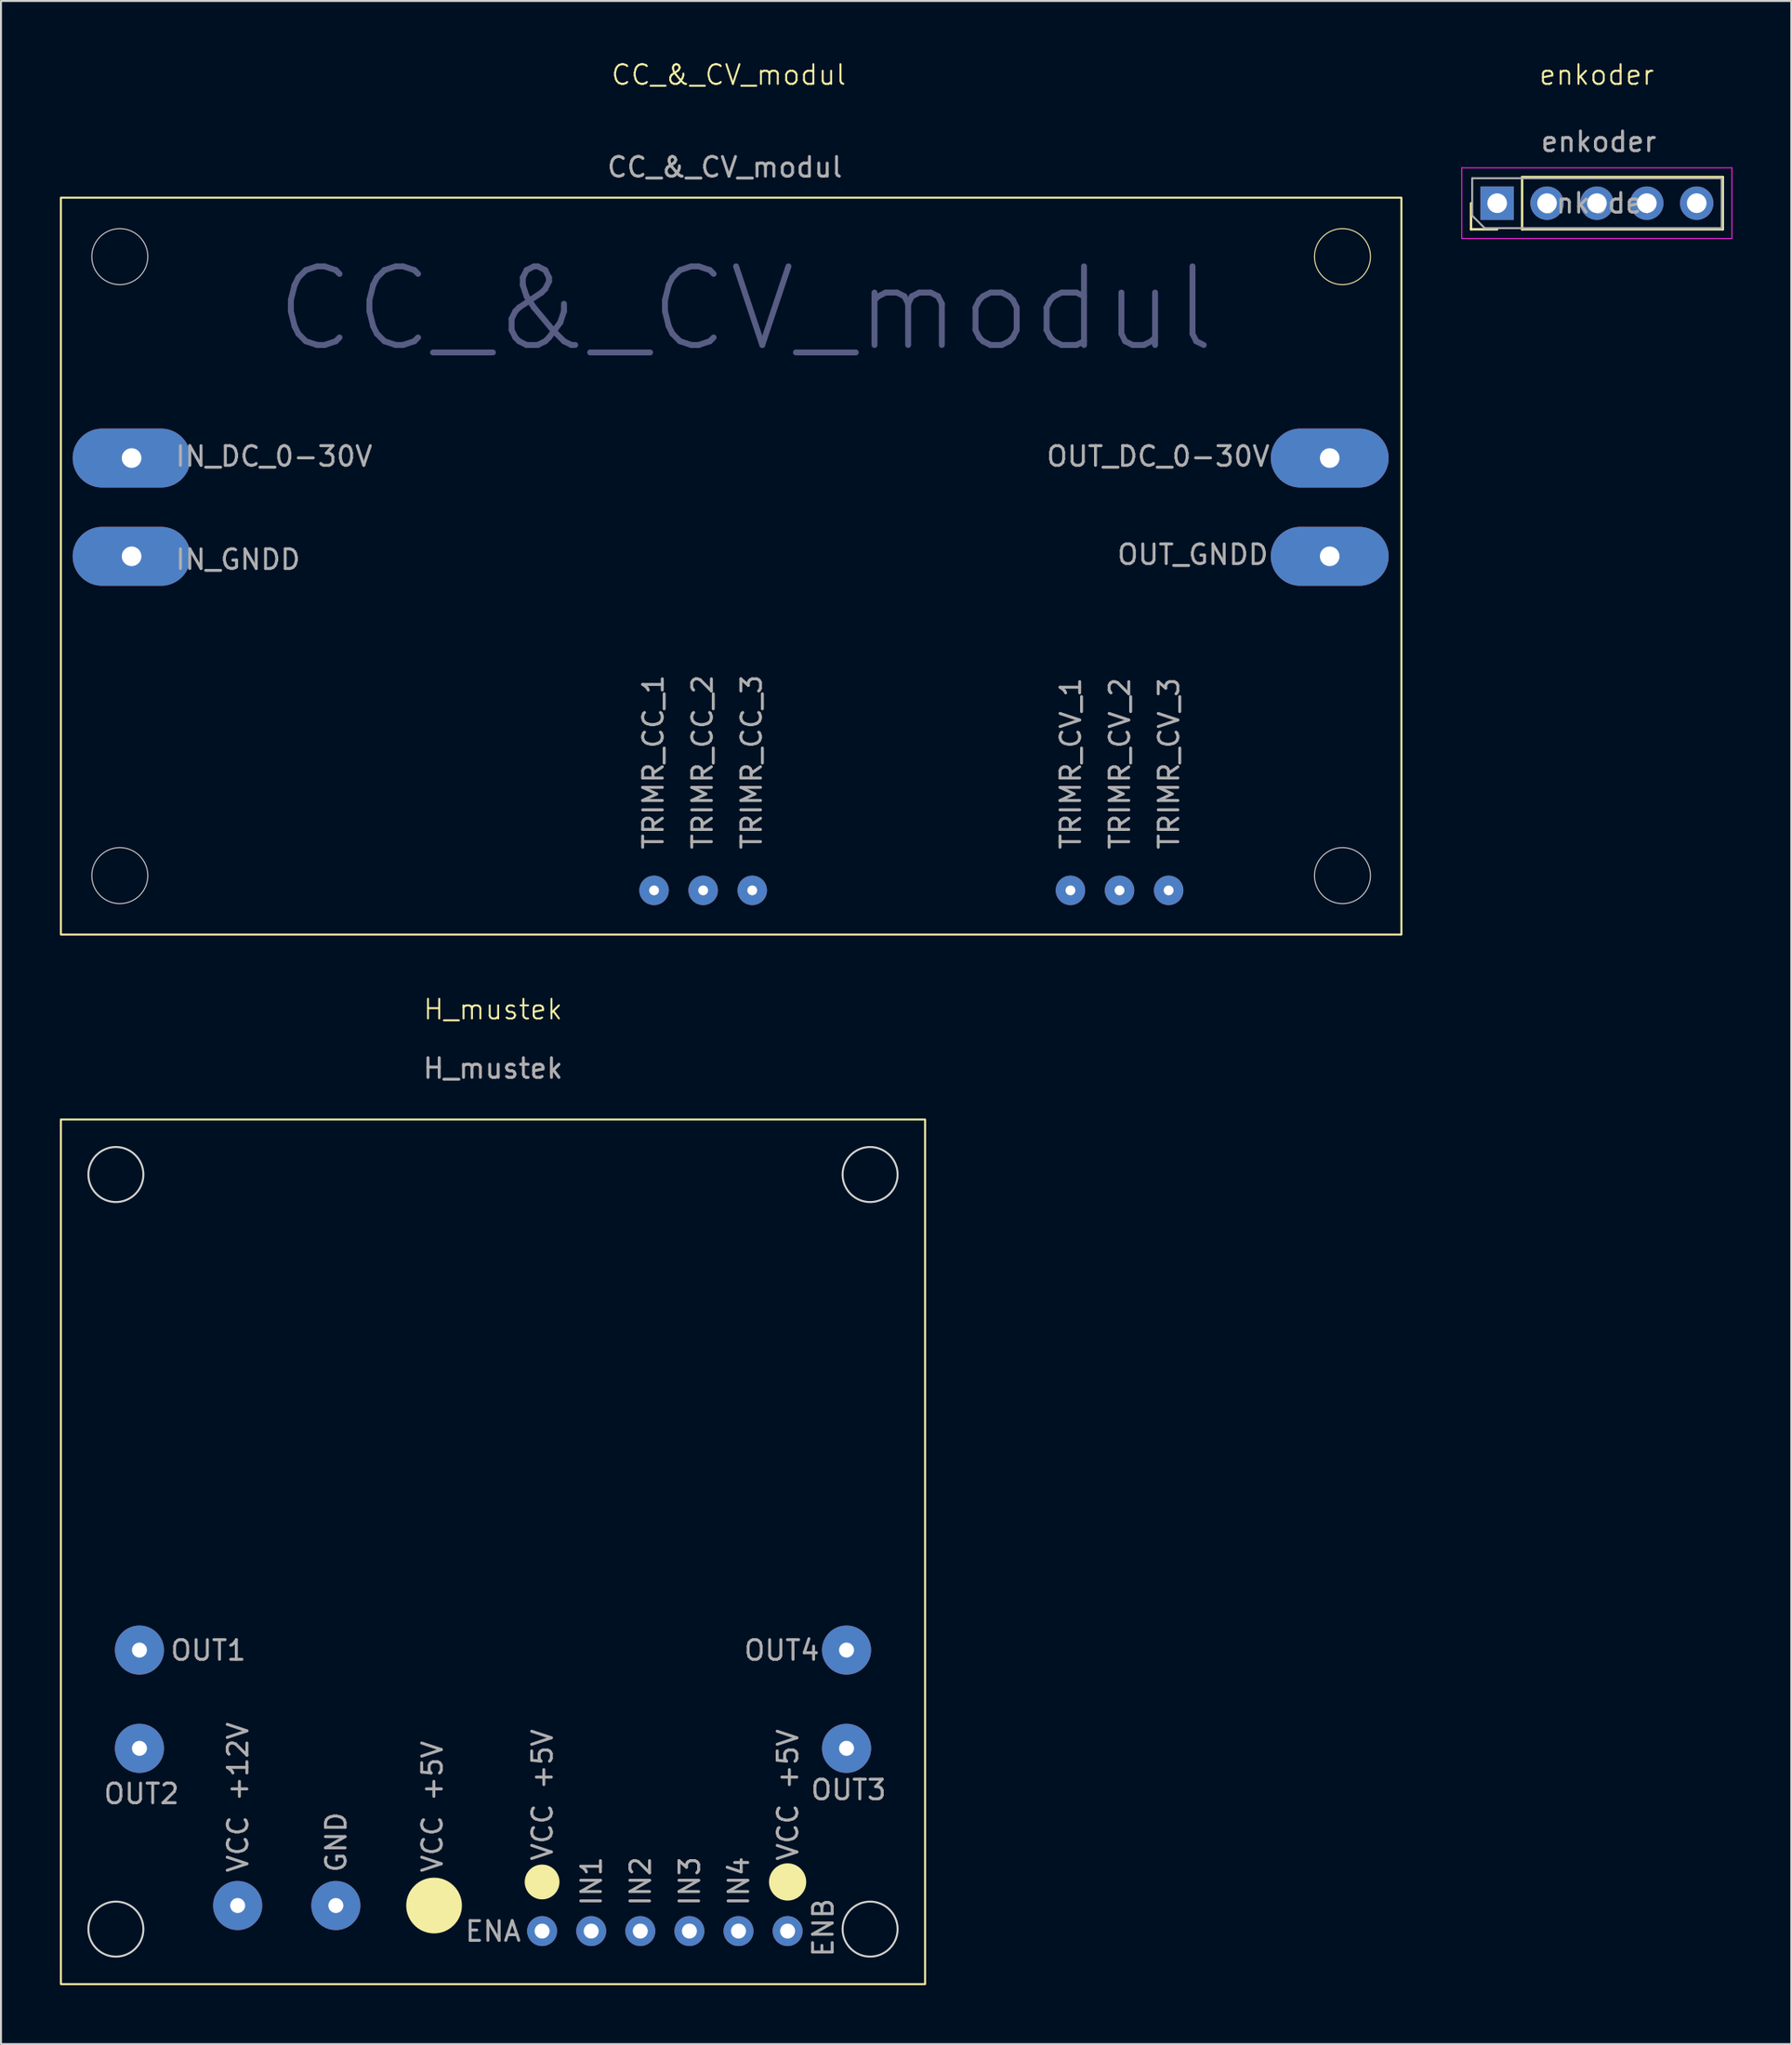
<source format=kicad_pcb>
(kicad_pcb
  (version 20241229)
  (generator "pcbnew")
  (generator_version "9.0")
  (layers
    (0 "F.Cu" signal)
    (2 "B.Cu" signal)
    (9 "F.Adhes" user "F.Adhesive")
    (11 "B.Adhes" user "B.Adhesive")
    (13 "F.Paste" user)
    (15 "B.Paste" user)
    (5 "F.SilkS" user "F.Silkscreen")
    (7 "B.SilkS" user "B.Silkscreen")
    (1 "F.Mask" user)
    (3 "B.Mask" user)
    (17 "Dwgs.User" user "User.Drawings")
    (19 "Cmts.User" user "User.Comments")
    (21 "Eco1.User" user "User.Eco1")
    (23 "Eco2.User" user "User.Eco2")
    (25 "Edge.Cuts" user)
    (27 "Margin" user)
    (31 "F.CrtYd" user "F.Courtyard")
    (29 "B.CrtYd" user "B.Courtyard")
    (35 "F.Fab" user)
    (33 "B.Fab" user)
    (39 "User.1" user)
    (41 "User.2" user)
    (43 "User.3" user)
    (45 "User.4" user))
  (footprint "H_mustek"
    (layer "F.Cu")
    (at 22.05 48.821)
    (property "Reference" "H_mustek" (at 0 -0.5 0) (unlocked yes) (layer "F.SilkS") (effects (font (size 1 1) (thickness 0.1))))
    (attr through_hole)
    (fp_rect (start -22 5.1) (end 22 49.1) (stroke (width 0.1) (type default)) (fill no) (layer "F.SilkS"))
    (fp_circle (center -3 45.1) (end -1.607 45.1) (stroke (width 0.05) (type solid)) (fill yes) (layer "F.SilkS"))
    (fp_circle (center 2.5 43.9) (end 3.36 43.9) (stroke (width 0.05) (type solid)) (fill yes) (layer "F.SilkS"))
    (fp_circle (center 15 43.9) (end 15.922 43.9) (stroke (width 0.05) (type solid)) (fill yes) (layer "F.SilkS"))
    (fp_circle (center -19.2 7.9) (end -17.8 7.9) (stroke (width 0.1) (type default)) (fill no) (layer "Edge.Cuts"))
    (fp_circle (center -19.2 46.3) (end -19.2 44.9) (stroke (width 0.1) (type default)) (fill no) (layer "Edge.Cuts"))
    (fp_circle (center 19.2 7.9) (end 19.2 9.3) (stroke (width 0.1) (type default)) (fill no) (layer "Edge.Cuts"))
    (fp_circle (center 19.2 46.3) (end 17.8 46.3) (stroke (width 0.1) (type default)) (fill no) (layer "Edge.Cuts"))
    (fp_text user "VCC +5V" (at 15.6 42.9 90) (unlocked yes) (layer "F.Fab") (effects (font (size 1 1) (thickness 0.15)) (justify left bottom)))
    (fp_text user "VCC +5V" (at -2.5 43.5 90) (unlocked yes) (layer "F.Fab") (effects (font (size 1 1) (thickness 0.15)) (justify left bottom)))
    (fp_text user "ENB" (at 17.4 47.8 90) (unlocked yes) (layer "F.Fab") (effects (font (size 1 1) (thickness 0.15)) (justify left bottom)))
    (fp_text user "VCC +12V" (at -12.4 43.5 90) (unlocked yes) (layer "F.Fab") (effects (font (size 1 1) (thickness 0.15)) (justify left bottom)))
    (fp_text user "VCC +5V" (at 3.1 42.9 90) (unlocked yes) (layer "F.Fab") (effects (font (size 1 1) (thickness 0.15)) (justify left bottom)))
    (fp_text user "IN1" (at 5.6 45.2 90) (unlocked yes) (layer "F.Fab") (effects (font (size 1 1) (thickness 0.15)) (justify left bottom)))
    (fp_text user "OUT3" (at 16.1 39.8 0) (unlocked yes) (layer "F.Fab") (effects (font (size 1 1) (thickness 0.15)) (justify left bottom)))
    (fp_text user "${REFERENCE}" (at 0 2.5 0) (unlocked yes) (layer "F.Fab") (effects (font (size 1 1) (thickness 0.15))))
    (fp_text user "IN2" (at 8.1 45.2 90) (unlocked yes) (layer "F.Fab") (effects (font (size 1 1) (thickness 0.15)) (justify left bottom)))
    (fp_text user "GND" (at -7.4 43.5 90) (unlocked yes) (layer "F.Fab") (effects (font (size 1 1) (thickness 0.15)) (justify left bottom)))
    (fp_text user "OUT1" (at -16.5 32.7 0) (unlocked yes) (layer "F.Fab") (effects (font (size 1 1) (thickness 0.15)) (justify left bottom)))
    (fp_text user "OUT2" (at -19.9 40 0) (unlocked yes) (layer "F.Fab") (effects (font (size 1 1) (thickness 0.15)) (justify left bottom)))
    (fp_text user "OUT4" (at 12.7 32.7 0) (unlocked yes) (layer "F.Fab") (effects (font (size 1 1) (thickness 0.15)) (justify left bottom)))
    (fp_text user "IN4" (at 13.1 45.2 90) (unlocked yes) (layer "F.Fab") (effects (font (size 1 1) (thickness 0.15)) (justify left bottom)))
    (fp_text user "IN3" (at 10.6 45.2 90) (unlocked yes) (layer "F.Fab") (effects (font (size 1 1) (thickness 0.15)) (justify left bottom)))
    (fp_text user "ENA" (at -1.5 47 0) (unlocked yes) (layer "F.Fab") (effects (font (size 1 1) (thickness 0.15)) (justify left bottom)))
    (pad "1" thru_hole circle (at -18 32.1 90) (size 2.5 2.5) (drill 0.762) (layers "*.Cu" "*.Mask"))
    (pad "2" thru_hole circle (at -18 37.1 90) (size 2.5 2.5) (drill 0.762) (layers "*.Cu" "*.Mask"))
    (pad "3" thru_hole circle (at 18 37.1 270) (size 2.5 2.5) (drill 0.762) (layers "*.Cu" "*.Mask"))
    (pad "4" thru_hole circle (at 18 32.1 270) (size 2.5 2.5) (drill 0.762) (layers "*.Cu" "*.Mask"))
    (pad "5" thru_hole circle (at -13 45.1) (size 2.5 2.5) (drill 0.762) (layers "*.Cu" "*.Mask"))
    (pad "6" thru_hole circle (at -8 45.1) (size 2.5 2.5) (drill 0.762) (layers "*.Cu" "*.Mask"))
    (pad "7" thru_hole circle (at 2.5 46.4) (size 1.524 1.524) (drill 0.762) (layers "*.Cu" "*.Mask"))
    (pad "8" thru_hole circle (at 15 46.4) (size 1.524 1.524) (drill 0.762) (layers "*.Cu" "*.Mask"))
    (pad "9" thru_hole circle (at 5 46.4) (size 1.524 1.524) (drill 0.762) (layers "*.Cu" "*.Mask"))
    (pad "10" thru_hole circle (at 7.5 46.4) (size 1.524 1.524) (drill 0.762) (layers "*.Cu" "*.Mask"))
    (pad "11" thru_hole circle (at 10 46.4) (size 1.524 1.524) (drill 0.762) (layers "*.Cu" "*.Mask"))
    (pad "12" thru_hole circle (at 12.5 46.4) (size 1.524 1.524) (drill 0.762) (layers "*.Cu" "*.Mask")))
  (footprint "enkoder"
    (layer "F.Cu")
    (at 78.245 1.26)
    (property "Reference" "enkoder" (at 0 -0.5 0) (unlocked yes) (layer "F.SilkS") (effects (font (size 1 1) (thickness 0.1))))
    (attr through_hole)
    (fp_line (start -6.4 7.36) (end -6.4 6.03) (stroke (width 0.12) (type solid)) (layer "F.SilkS"))
    (fp_line (start -5.07 7.36) (end -6.4 7.36) (stroke (width 0.12) (type solid)) (layer "F.SilkS"))
    (fp_line (start -3.8 4.7) (end 6.42 4.7) (stroke (width 0.12) (type solid)) (layer "F.SilkS"))
    (fp_line (start -3.8 7.36) (end -3.8 4.7) (stroke (width 0.12) (type solid)) (layer "F.SilkS"))
    (fp_line (start -3.8 7.36) (end 6.42 7.36) (stroke (width 0.12) (type solid)) (layer "F.SilkS"))
    (fp_line (start 6.42 7.36) (end 6.42 4.7) (stroke (width 0.12) (type solid)) (layer "F.SilkS"))
    (fp_line (start -6.87 4.23) (end -6.87 7.83) (stroke (width 0.05) (type solid)) (layer "F.CrtYd"))
    (fp_line (start -6.87 7.83) (end 6.88 7.83) (stroke (width 0.05) (type solid)) (layer "F.CrtYd"))
    (fp_line (start 6.88 4.23) (end -6.87 4.23) (stroke (width 0.05) (type solid)) (layer "F.CrtYd"))
    (fp_line (start 6.88 7.83) (end 6.88 4.23) (stroke (width 0.05) (type solid)) (layer "F.CrtYd"))
    (fp_line (start -6.34 4.76) (end 6.36 4.76) (stroke (width 0.1) (type solid)) (layer "F.Fab"))
    (fp_line (start -6.34 6.665) (end -6.34 4.76) (stroke (width 0.1) (type solid)) (layer "F.Fab"))
    (fp_line (start -5.705 7.3) (end -6.34 6.665) (stroke (width 0.1) (type solid)) (layer "F.Fab"))
    (fp_line (start 6.36 4.76) (end 6.36 7.3) (stroke (width 0.1) (type solid)) (layer "F.Fab"))
    (fp_line (start 6.36 7.3) (end -5.705 7.3) (stroke (width 0.1) (type solid)) (layer "F.Fab"))
    (fp_text user "${REFERENCE}" (at 0.01 6.03 180) (layer "F.Fab") (effects (font (size 1 1) (thickness 0.15))))
    (fp_text user "${REFERENCE}" (at 0.1 2.9 0) (unlocked yes) (layer "F.Fab") (effects (font (size 1 1) (thickness 0.15))))
    (pad "1" thru_hole rect (at -5.07 6.03 90) (size 1.7 1.7) (drill 1) (layers "*.Cu" "*.Mask"))
    (pad "2" thru_hole oval (at -2.53 6.03 90) (size 1.7 1.7) (drill 1) (layers "*.Cu" "*.Mask"))
    (pad "3" thru_hole oval (at 0.01 6.03 90) (size 1.7 1.7) (drill 1) (layers "*.Cu" "*.Mask"))
    (pad "4" thru_hole oval (at 2.55 6.03 90) (size 1.7 1.7) (drill 1) (layers "*.Cu" "*.Mask"))
    (pad "5" thru_hole oval (at 5.09 6.03 90) (size 1.7 1.7) (drill 1) (layers "*.Cu" "*.Mask")))
  (footprint "CC_&_CV_modul"
    (layer "F.Cu")
    (at 34.05 1.26)
    (property "Reference" "CC_&_CV_modul" (at 0 -0.5 0) (unlocked yes) (layer "F.SilkS") (effects (font (size 1 1) (thickness 0.1))))
    (attr through_hole)
    (fp_rect (start -34 5.75) (end 34.25 43.25) (stroke (width 0.1) (type default)) (fill no) (layer "F.SilkS"))
    (fp_circle (center 31.25 8.75) (end 32.675 8.75) (stroke (width 0.05) (type default)) (fill no) (layer "F.SilkS"))
    (fp_circle (center -31 8.75) (end -31 7.325) (stroke (width 0.05) (type default)) (fill no) (layer "Edge.Cuts"))
    (fp_circle (center -31 40.25) (end -32.425 40.25) (stroke (width 0.05) (type default)) (fill no) (layer "Edge.Cuts"))
    (fp_circle (center 31.25 40.25) (end 31.25 41.675) (stroke (width 0.05) (type default)) (fill no) (layer "Edge.Cuts"))
    (fp_text user "CC_&_CV_modul" (at -23.25 13.75 0) (unlocked yes) (layer "B.Fab") (effects (font (size 4 4) (thickness 0.3)) (justify left bottom)))
    (fp_text user "TRIMR_CC_2" (at -0.75 39 90) (unlocked yes) (layer "F.Fab") (effects (font (size 1 1) (thickness 0.15)) (justify left bottom)))
    (fp_text user "OUT_GNDD" (at 19.7 24.5 0) (unlocked yes) (layer "F.Fab") (effects (font (size 1 1) (thickness 0.15)) (justify left bottom)))
    (fp_text user "OUT_DC_0-30V" (at 16.1 19.5 0) (unlocked yes) (layer "F.Fab") (effects (font (size 1 1) (thickness 0.15)) (justify left bottom)))
    (fp_text user "CC_&_CV_modul" (at -0.2 4.2 0) (unlocked yes) (layer "F.Fab") (effects (font (size 1 1) (thickness 0.15))))
    (fp_text user "TRIMR_CV_3" (at 23 39 90) (unlocked yes) (layer "F.Fab") (effects (font (size 1 1) (thickness 0.15)) (justify left bottom)))
    (fp_text user "TRIMR_CV_2" (at 20.5 39 90) (unlocked yes) (layer "F.Fab") (effects (font (size 1 1) (thickness 0.15)) (justify left bottom)))
    (fp_text user "IN_GNDD" (at -28.25 24.75 0) (unlocked yes) (layer "F.Fab") (effects (font (size 1 1) (thickness 0.15)) (justify left bottom)))
    (fp_text user "TRIMR_CC_1" (at -3.25 39 90) (unlocked yes) (layer "F.Fab") (effects (font (size 1 1) (thickness 0.15)) (justify left bottom)))
    (fp_text user "TRIMR_CC_3" (at 1.75 39 90) (unlocked yes) (layer "F.Fab") (effects (font (size 1 1) (thickness 0.15)) (justify left bottom)))
    (fp_text user "TRIMR_CV_1" (at 18 39 90) (unlocked yes) (layer "F.Fab") (effects (font (size 1 1) (thickness 0.15)) (justify left bottom)))
    (fp_text user "IN_DC_0-30V" (at -28.25 19.5 0) (unlocked yes) (layer "F.Fab") (effects (font (size 1 1) (thickness 0.15)) (justify left bottom)))
    (pad "1" thru_hole oval (at -30.4 19) (size 6 3) (drill 1) (layers "*.Cu" "*.Mask"))
    (pad "2" thru_hole oval (at -30.4 24) (size 6 3) (drill 1) (layers "*.Cu" "*.Mask"))
    (pad "3" thru_hole oval (at 30.6 19) (size 6 3) (drill 1) (layers "*.Cu" "*.Mask"))
    (pad "4" thru_hole oval (at 30.6 24) (size 6 3) (drill 1) (layers "*.Cu" "*.Mask"))
    (pad "5" thru_hole circle (at -3.8 41) (size 1.5 1.5) (drill 0.5) (layers "*.Cu" "*.Mask"))
    (pad "6" thru_hole circle (at -1.3 41) (size 1.5 1.5) (drill 0.5) (layers "*.Cu" "*.Mask"))
    (pad "7" thru_hole circle (at 1.2 41) (size 1.5 1.5) (drill 0.5) (layers "*.Cu" "*.Mask"))
    (pad "8" thru_hole circle (at 17.4 41) (size 1.5 1.5) (drill 0.5) (layers "*.Cu" "*.Mask"))
    (pad "9" thru_hole circle (at 19.9 41) (size 1.5 1.5) (drill 0.5) (layers "*.Cu" "*.Mask"))
    (pad "10" thru_hole circle (at 22.4 41) (size 1.5 1.5) (drill 0.5) (layers "*.Cu" "*.Mask")))
  (gr_rect
    (start -3 -3)
    (end 88.15 100.971)
    (stroke (width 0.1) (type default))
    (fill no)
    (layer "Edge.Cuts")))
</source>
